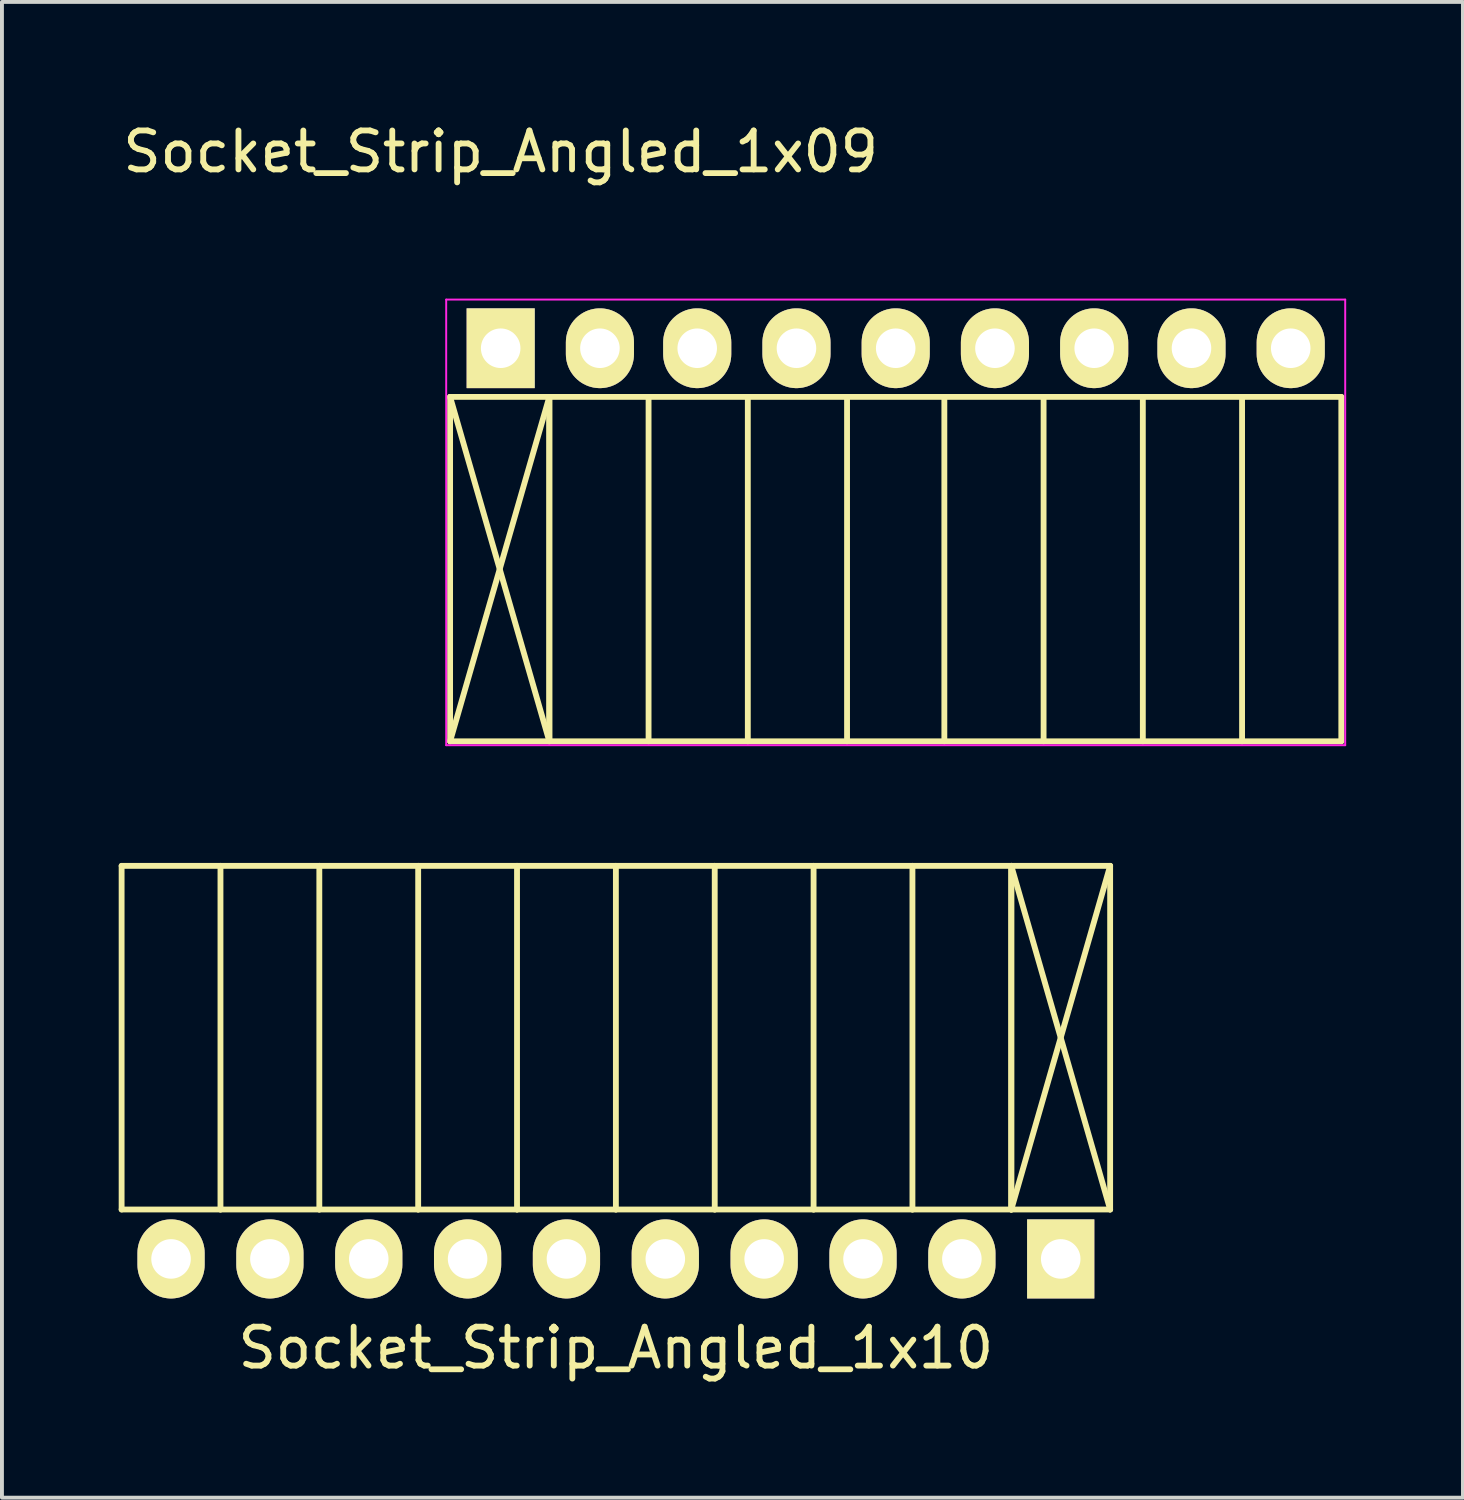
<source format=kicad_pcb>
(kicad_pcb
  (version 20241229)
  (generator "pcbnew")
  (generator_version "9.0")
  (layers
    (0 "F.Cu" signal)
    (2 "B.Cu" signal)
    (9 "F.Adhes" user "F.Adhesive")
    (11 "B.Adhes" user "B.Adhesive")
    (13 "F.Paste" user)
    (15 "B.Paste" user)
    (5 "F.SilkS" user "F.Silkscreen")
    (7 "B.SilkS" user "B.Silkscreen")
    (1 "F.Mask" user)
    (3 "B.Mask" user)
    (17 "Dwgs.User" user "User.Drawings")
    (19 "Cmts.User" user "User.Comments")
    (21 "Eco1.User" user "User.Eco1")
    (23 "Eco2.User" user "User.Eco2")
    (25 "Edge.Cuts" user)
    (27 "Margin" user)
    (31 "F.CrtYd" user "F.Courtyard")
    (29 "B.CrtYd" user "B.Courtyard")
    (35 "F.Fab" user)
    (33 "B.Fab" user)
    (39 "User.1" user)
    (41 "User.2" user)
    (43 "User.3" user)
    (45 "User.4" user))
  (footprint "Socket_Strip_Angled_1x09"
    (layer "F.Cu")
    (at 9.815 5.898)
    (property "Reference" "Socket_Strip_Angled_1x09" (at 0 -5.05 0) (layer "F.SilkS") (effects (font (size 1 1) (thickness 0.15))))
    (attr through_hole)
    (fp_line (start -1.3 1.25) (end -1.3 10.1) (stroke (width 0.15) (type solid)) (layer "F.SilkS"))
    (fp_line (start -1.3 1.25) (end 1.25 1.25) (stroke (width 0.15) (type solid)) (layer "F.SilkS"))
    (fp_line (start -1.3 1.25) (end 1.25 10.1) (stroke (width 0.15) (type solid)) (layer "F.SilkS"))
    (fp_line (start -1.3 10.1) (end 1.25 1.25) (stroke (width 0.15) (type solid)) (layer "F.SilkS"))
    (fp_line (start -1.3 10.1) (end 1.25 10.1) (stroke (width 0.15) (type solid)) (layer "F.SilkS"))
    (fp_line (start 1.25 1.25) (end 1.25 10.1) (stroke (width 0.15) (type solid)) (layer "F.SilkS"))
    (fp_line (start 1.25 1.25) (end 3.8 1.25) (stroke (width 0.15) (type solid)) (layer "F.SilkS"))
    (fp_line (start 1.25 10.1) (end 1.25 1.25) (stroke (width 0.15) (type solid)) (layer "F.SilkS"))
    (fp_line (start 1.25 10.1) (end 3.8 10.1) (stroke (width 0.15) (type solid)) (layer "F.SilkS"))
    (fp_line (start 3.8 1.25) (end 6.35 1.25) (stroke (width 0.15) (type solid)) (layer "F.SilkS"))
    (fp_line (start 3.8 10.1) (end 3.8 1.25) (stroke (width 0.15) (type solid)) (layer "F.SilkS"))
    (fp_line (start 3.8 10.1) (end 6.35 10.1) (stroke (width 0.15) (type solid)) (layer "F.SilkS"))
    (fp_line (start 6.35 1.25) (end 8.9 1.25) (stroke (width 0.15) (type solid)) (layer "F.SilkS"))
    (fp_line (start 6.35 10.1) (end 6.35 1.25) (stroke (width 0.15) (type solid)) (layer "F.SilkS"))
    (fp_line (start 6.35 10.1) (end 8.9 10.1) (stroke (width 0.15) (type solid)) (layer "F.SilkS"))
    (fp_line (start 8.9 1.25) (end 11.4 1.25) (stroke (width 0.15) (type solid)) (layer "F.SilkS"))
    (fp_line (start 8.9 10.1) (end 8.9 1.25) (stroke (width 0.15) (type solid)) (layer "F.SilkS"))
    (fp_line (start 8.9 10.1) (end 11.4 10.1) (stroke (width 0.15) (type solid)) (layer "F.SilkS"))
    (fp_line (start 11.4 1.25) (end 13.95 1.25) (stroke (width 0.15) (type solid)) (layer "F.SilkS"))
    (fp_line (start 11.4 10.1) (end 11.4 1.25) (stroke (width 0.15) (type solid)) (layer "F.SilkS"))
    (fp_line (start 11.4 10.1) (end 13.95 10.1) (stroke (width 0.15) (type solid)) (layer "F.SilkS"))
    (fp_line (start 13.95 1.25) (end 16.5 1.25) (stroke (width 0.15) (type solid)) (layer "F.SilkS"))
    (fp_line (start 13.95 10.1) (end 13.95 1.25) (stroke (width 0.15) (type solid)) (layer "F.SilkS"))
    (fp_line (start 13.95 10.1) (end 16.5 10.1) (stroke (width 0.15) (type solid)) (layer "F.SilkS"))
    (fp_line (start 16.5 1.25) (end 19.05 1.25) (stroke (width 0.15) (type solid)) (layer "F.SilkS"))
    (fp_line (start 16.5 10.1) (end 16.5 1.25) (stroke (width 0.15) (type solid)) (layer "F.SilkS"))
    (fp_line (start 16.5 10.1) (end 19.05 10.1) (stroke (width 0.15) (type solid)) (layer "F.SilkS"))
    (fp_line (start 19.05 1.25) (end 21.6 1.25) (stroke (width 0.15) (type solid)) (layer "F.SilkS"))
    (fp_line (start 19.05 10.1) (end 19.05 1.25) (stroke (width 0.15) (type solid)) (layer "F.SilkS"))
    (fp_line (start 19.05 10.1) (end 21.6 10.1) (stroke (width 0.15) (type solid)) (layer "F.SilkS"))
    (fp_line (start 21.6 10.1) (end 21.6 1.25) (stroke (width 0.15) (type solid)) (layer "F.SilkS"))
    (fp_line (start -1.4 -1.25) (end -1.4 10.2) (stroke (width 0.05) (type solid)) (layer "F.CrtYd"))
    (fp_line (start -1.4 -1.25) (end 21.7 -1.25) (stroke (width 0.05) (type solid)) (layer "F.CrtYd"))
    (fp_line (start -1.4 10.2) (end 21.7 10.2) (stroke (width 0.05) (type solid)) (layer "F.CrtYd"))
    (fp_line (start 21.7 -1.25) (end 21.7 10.2) (stroke (width 0.05) (type solid)) (layer "F.CrtYd"))
    (pad "1" thru_hole rect (at 0 0) (size 1.75 2.05) (drill 1.016) (layers "*.Cu" "*.Mask" "F.SilkS"))
    (pad "2" thru_hole oval (at 2.55 0) (size 1.75 2.05) (drill 1.016) (layers "*.Cu" "*.Mask" "F.SilkS"))
    (pad "3" thru_hole oval (at 5.05 0) (size 1.75 2.05) (drill 1.016) (layers "*.Cu" "*.Mask" "F.SilkS"))
    (pad "4" thru_hole oval (at 7.6 0) (size 1.75 2.05) (drill 1.016) (layers "*.Cu" "*.Mask" "F.SilkS"))
    (pad "5" thru_hole oval (at 10.15 0) (size 1.75 2.05) (drill 1.016) (layers "*.Cu" "*.Mask" "F.SilkS"))
    (pad "6" thru_hole oval (at 12.7 0) (size 1.75 2.05) (drill 1.016) (layers "*.Cu" "*.Mask" "F.SilkS"))
    (pad "7" thru_hole oval (at 15.25 0) (size 1.75 2.05) (drill 1.016) (layers "*.Cu" "*.Mask" "F.SilkS"))
    (pad "8" thru_hole oval (at 17.75 0) (size 1.75 2.05) (drill 1.016) (layers "*.Cu" "*.Mask" "F.SilkS"))
    (pad "9" thru_hole oval (at 20.3 0) (size 1.75 2.05) (drill 1.016) (layers "*.Cu" "*.Mask" "F.SilkS")))
  (footprint "Socket_Strip_Angled_1x10"
    (layer "F.Cu")
    (at 12.775 29.298)
    (property "Reference" "Socket_Strip_Angled_1x10" (at 0 2.286 0) (layer "F.SilkS") (effects (font (size 1 1) (thickness 0.15))))
    (attr through_hole)
    (fp_line (start -12.7 -10.1) (end -12.7 -1.27) (stroke (width 0.15) (type solid)) (layer "F.SilkS"))
    (fp_line (start -10.16 -10.1) (end -12.7 -10.1) (stroke (width 0.15) (type solid)) (layer "F.SilkS"))
    (fp_line (start -10.16 -10.1) (end -10.16 -1.27) (stroke (width 0.15) (type solid)) (layer "F.SilkS"))
    (fp_line (start -10.16 -1.27) (end -12.7 -1.27) (stroke (width 0.15) (type solid)) (layer "F.SilkS"))
    (fp_line (start -7.62 -10.1) (end -10.16 -10.1) (stroke (width 0.15) (type solid)) (layer "F.SilkS"))
    (fp_line (start -7.62 -10.1) (end -7.62 -1.27) (stroke (width 0.15) (type solid)) (layer "F.SilkS"))
    (fp_line (start -7.62 -1.27) (end -10.16 -1.27) (stroke (width 0.15) (type solid)) (layer "F.SilkS"))
    (fp_line (start -5.08 -10.1) (end -7.62 -10.1) (stroke (width 0.15) (type solid)) (layer "F.SilkS"))
    (fp_line (start -5.08 -10.1) (end -5.08 -1.27) (stroke (width 0.15) (type solid)) (layer "F.SilkS"))
    (fp_line (start -5.08 -1.27) (end -7.62 -1.27) (stroke (width 0.15) (type solid)) (layer "F.SilkS"))
    (fp_line (start -2.54 -10.1) (end -5.08 -10.1) (stroke (width 0.15) (type solid)) (layer "F.SilkS"))
    (fp_line (start -2.54 -10.1) (end -2.54 -1.27) (stroke (width 0.15) (type solid)) (layer "F.SilkS"))
    (fp_line (start -2.54 -1.27) (end -5.08 -1.27) (stroke (width 0.15) (type solid)) (layer "F.SilkS"))
    (fp_line (start 0 -10.1) (end -2.54 -10.1) (stroke (width 0.15) (type solid)) (layer "F.SilkS"))
    (fp_line (start 0 -10.1) (end 0 -1.27) (stroke (width 0.15) (type solid)) (layer "F.SilkS"))
    (fp_line (start 0 -1.27) (end -2.54 -1.27) (stroke (width 0.15) (type solid)) (layer "F.SilkS"))
    (fp_line (start 2.54 -10.1) (end 0 -10.1) (stroke (width 0.15) (type solid)) (layer "F.SilkS"))
    (fp_line (start 2.54 -10.1) (end 2.54 -1.27) (stroke (width 0.15) (type solid)) (layer "F.SilkS"))
    (fp_line (start 2.54 -1.27) (end 0 -1.27) (stroke (width 0.15) (type solid)) (layer "F.SilkS"))
    (fp_line (start 5.08 -10.1) (end 2.54 -10.1) (stroke (width 0.15) (type solid)) (layer "F.SilkS"))
    (fp_line (start 5.08 -10.1) (end 5.08 -1.27) (stroke (width 0.15) (type solid)) (layer "F.SilkS"))
    (fp_line (start 5.08 -1.27) (end 2.54 -1.27) (stroke (width 0.15) (type solid)) (layer "F.SilkS"))
    (fp_line (start 7.62 -10.1) (end 5.08 -10.1) (stroke (width 0.15) (type solid)) (layer "F.SilkS"))
    (fp_line (start 7.62 -10.1) (end 7.62 -1.27) (stroke (width 0.15) (type solid)) (layer "F.SilkS"))
    (fp_line (start 7.62 -1.27) (end 5.08 -1.27) (stroke (width 0.15) (type solid)) (layer "F.SilkS"))
    (fp_line (start 10.16 -10.1) (end 7.62 -10.1) (stroke (width 0.15) (type solid)) (layer "F.SilkS"))
    (fp_line (start 10.16 -10.1) (end 10.16 -1.27) (stroke (width 0.15) (type solid)) (layer "F.SilkS"))
    (fp_line (start 10.16 -1.27) (end 7.62 -1.27) (stroke (width 0.15) (type solid)) (layer "F.SilkS"))
    (fp_line (start 10.16 -1.27) (end 10.16 -10.1) (stroke (width 0.15) (type solid)) (layer "F.SilkS"))
    (fp_line (start 12.7 -10.1) (end 10.16 -10.1) (stroke (width 0.15) (type solid)) (layer "F.SilkS"))
    (fp_line (start 12.7 -10.1) (end 10.16 -1.27) (stroke (width 0.15) (type solid)) (layer "F.SilkS"))
    (fp_line (start 12.7 -1.27) (end 10.16 -10.1) (stroke (width 0.15) (type solid)) (layer "F.SilkS"))
    (fp_line (start 12.7 -1.27) (end 10.16 -1.27) (stroke (width 0.15) (type solid)) (layer "F.SilkS"))
    (fp_line (start 12.7 -1.27) (end 12.7 -10.1) (stroke (width 0.15) (type solid)) (layer "F.SilkS"))
    (pad "1" thru_hole rect (at 11.43 0 180) (size 1.727 2.032) (drill 1.016) (layers "*.Cu" "*.Mask" "F.SilkS"))
    (pad "2" thru_hole oval (at 8.89 0 180) (size 1.727 2.032) (drill 1.016) (layers "*.Cu" "*.Mask" "F.SilkS"))
    (pad "3" thru_hole oval (at 6.35 0 180) (size 1.727 2.032) (drill 1.016) (layers "*.Cu" "*.Mask" "F.SilkS"))
    (pad "4" thru_hole oval (at 3.81 0 180) (size 1.727 2.032) (drill 1.016) (layers "*.Cu" "*.Mask" "F.SilkS"))
    (pad "5" thru_hole oval (at 1.27 0 180) (size 1.727 2.032) (drill 1.016) (layers "*.Cu" "*.Mask" "F.SilkS"))
    (pad "6" thru_hole oval (at -1.27 0 180) (size 1.727 2.032) (drill 1.016) (layers "*.Cu" "*.Mask" "F.SilkS"))
    (pad "7" thru_hole oval (at -3.81 0 180) (size 1.727 2.032) (drill 1.016) (layers "*.Cu" "*.Mask" "F.SilkS"))
    (pad "8" thru_hole oval (at -6.35 0 180) (size 1.727 2.032) (drill 1.016) (layers "*.Cu" "*.Mask" "F.SilkS"))
    (pad "9" thru_hole oval (at -8.89 0 180) (size 1.727 2.032) (drill 1.016) (layers "*.Cu" "*.Mask" "F.SilkS"))
    (pad "10" thru_hole oval (at -11.43 0 180) (size 1.727 2.032) (drill 1.016) (layers "*.Cu" "*.Mask" "F.SilkS")))
  (gr_rect
    (start -3 -3)
    (end 34.54 35.432)
    (stroke (width 0.1) (type default))
    (fill no)
    (layer "Edge.Cuts")))
</source>
